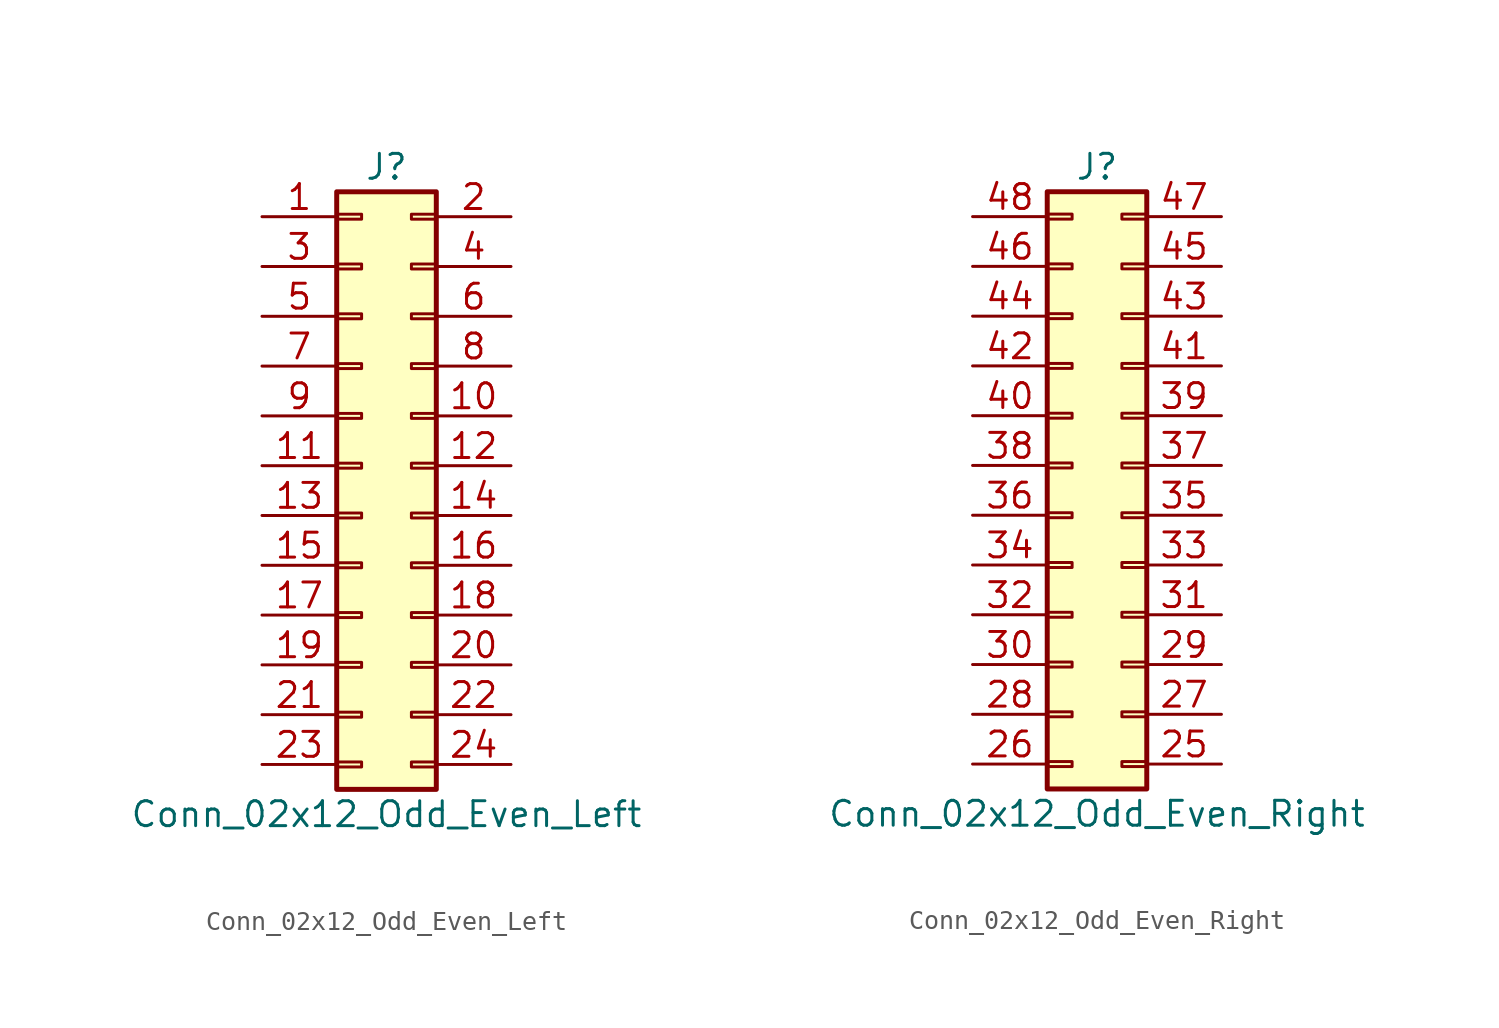
<source format=kicad_sym>
(kicad_symbol_lib
  (version 20211014)
  (generator kicad_symbol_editor)
  (symbol "Conn_02x12_Odd_Even_Left"
    (pin_names
      (offset 1.016) hide)
    (property "Reference" "J"
      (at 1.27 15.24 0)
      (effects (font (size 1.27 1.27))))
    (property "Value" "Conn_02x12_Odd_Even_Left"
      (at 1.27 -17.78 0)
      (effects (font (size 1.27 1.27))))
    (symbol "Conn_02x12_Odd_Even_Left_1_1"
      (rectangle (start -1.27 -15.113) (end 0 -15.367) (stroke (width 0.152) (type default) (color 0 0 0 0)) (fill (type none)))
      (rectangle (start -1.27 -12.573) (end 0 -12.827) (stroke (width 0.152) (type default) (color 0 0 0 0)) (fill (type none)))
      (rectangle (start -1.27 -10.033) (end 0 -10.287) (stroke (width 0.152) (type default) (color 0 0 0 0)) (fill (type none)))
      (rectangle (start -1.27 -7.493) (end 0 -7.747) (stroke (width 0.152) (type default) (color 0 0 0 0)) (fill (type none)))
      (rectangle (start -1.27 -4.953) (end 0 -5.207) (stroke (width 0.152) (type default) (color 0 0 0 0)) (fill (type none)))
      (rectangle (start -1.27 -2.413) (end 0 -2.667) (stroke (width 0.152) (type default) (color 0 0 0 0)) (fill (type none)))
      (rectangle (start -1.27 0.127) (end 0 -0.127) (stroke (width 0.152) (type default) (color 0 0 0 0)) (fill (type none)))
      (rectangle (start -1.27 2.667) (end 0 2.413) (stroke (width 0.152) (type default) (color 0 0 0 0)) (fill (type none)))
      (rectangle (start -1.27 5.207) (end 0 4.953) (stroke (width 0.152) (type default) (color 0 0 0 0)) (fill (type none)))
      (rectangle (start -1.27 7.747) (end 0 7.493) (stroke (width 0.152) (type default) (color 0 0 0 0)) (fill (type none)))
      (rectangle (start -1.27 10.287) (end 0 10.033) (stroke (width 0.152) (type default) (color 0 0 0 0)) (fill (type none)))
      (rectangle (start -1.27 12.827) (end 0 12.573) (stroke (width 0.152) (type default) (color 0 0 0 0)) (fill (type none)))
      (rectangle (start -1.27 13.97) (end 3.81 -16.51) (stroke (width 0.254) (type default) (color 0 0 0 0)) (fill (type background)))
      (rectangle (start 3.81 -15.113) (end 2.54 -15.367) (stroke (width 0.152) (type default) (color 0 0 0 0)) (fill (type none)))
      (rectangle (start 3.81 -12.573) (end 2.54 -12.827) (stroke (width 0.152) (type default) (color 0 0 0 0)) (fill (type none)))
      (rectangle (start 3.81 -10.033) (end 2.54 -10.287) (stroke (width 0.152) (type default) (color 0 0 0 0)) (fill (type none)))
      (rectangle (start 3.81 -7.493) (end 2.54 -7.747) (stroke (width 0.152) (type default) (color 0 0 0 0)) (fill (type none)))
      (rectangle (start 3.81 -4.953) (end 2.54 -5.207) (stroke (width 0.152) (type default) (color 0 0 0 0)) (fill (type none)))
      (rectangle (start 3.81 -2.413) (end 2.54 -2.667) (stroke (width 0.152) (type default) (color 0 0 0 0)) (fill (type none)))
      (rectangle (start 3.81 0.127) (end 2.54 -0.127) (stroke (width 0.152) (type default) (color 0 0 0 0)) (fill (type none)))
      (rectangle (start 3.81 2.667) (end 2.54 2.413) (stroke (width 0.152) (type default) (color 0 0 0 0)) (fill (type none)))
      (rectangle (start 3.81 5.207) (end 2.54 4.953) (stroke (width 0.152) (type default) (color 0 0 0 0)) (fill (type none)))
      (rectangle (start 3.81 7.747) (end 2.54 7.493) (stroke (width 0.152) (type default) (color 0 0 0 0)) (fill (type none)))
      (rectangle (start 3.81 10.287) (end 2.54 10.033) (stroke (width 0.152) (type default) (color 0 0 0 0)) (fill (type none)))
      (rectangle (start 3.81 12.827) (end 2.54 12.573) (stroke (width 0.152) (type default) (color 0 0 0 0)) (fill (type none)))
      (pin passive line (at -5.08 12.7 0) (length 3.81) (name "Pin_1" (effects (font (size 1.27 1.27)))) (number "1" (effects (font (size 1.27 1.27)))))
      (pin passive line (at 7.62 2.54 180) (length 3.81) (name "Pin_10" (effects (font (size 1.27 1.27)))) (number "10" (effects (font (size 1.27 1.27)))))
      (pin passive line (at -5.08 0 0) (length 3.81) (name "Pin_11" (effects (font (size 1.27 1.27)))) (number "11" (effects (font (size 1.27 1.27)))))
      (pin passive line (at 7.62 0 180) (length 3.81) (name "Pin_12" (effects (font (size 1.27 1.27)))) (number "12" (effects (font (size 1.27 1.27)))))
      (pin passive line (at -5.08 -2.54 0) (length 3.81) (name "Pin_13" (effects (font (size 1.27 1.27)))) (number "13" (effects (font (size 1.27 1.27)))))
      (pin passive line (at 7.62 -2.54 180) (length 3.81) (name "Pin_14" (effects (font (size 1.27 1.27)))) (number "14" (effects (font (size 1.27 1.27)))))
      (pin passive line (at -5.08 -5.08 0) (length 3.81) (name "Pin_15" (effects (font (size 1.27 1.27)))) (number "15" (effects (font (size 1.27 1.27)))))
      (pin passive line (at 7.62 -5.08 180) (length 3.81) (name "Pin_16" (effects (font (size 1.27 1.27)))) (number "16" (effects (font (size 1.27 1.27)))))
      (pin passive line (at -5.08 -7.62 0) (length 3.81) (name "Pin_17" (effects (font (size 1.27 1.27)))) (number "17" (effects (font (size 1.27 1.27)))))
      (pin passive line (at 7.62 -7.62 180) (length 3.81) (name "Pin_18" (effects (font (size 1.27 1.27)))) (number "18" (effects (font (size 1.27 1.27)))))
      (pin passive line (at -5.08 -10.16 0) (length 3.81) (name "Pin_19" (effects (font (size 1.27 1.27)))) (number "19" (effects (font (size 1.27 1.27)))))
      (pin passive line (at 7.62 12.7 180) (length 3.81) (name "Pin_2" (effects (font (size 1.27 1.27)))) (number "2" (effects (font (size 1.27 1.27)))))
      (pin passive line (at 7.62 -10.16 180) (length 3.81) (name "Pin_20" (effects (font (size 1.27 1.27)))) (number "20" (effects (font (size 1.27 1.27)))))
      (pin passive line (at -5.08 -12.7 0) (length 3.81) (name "Pin_21" (effects (font (size 1.27 1.27)))) (number "21" (effects (font (size 1.27 1.27)))))
      (pin passive line (at 7.62 -12.7 180) (length 3.81) (name "Pin_22" (effects (font (size 1.27 1.27)))) (number "22" (effects (font (size 1.27 1.27)))))
      (pin passive line (at -5.08 -15.24 0) (length 3.81) (name "Pin_23" (effects (font (size 1.27 1.27)))) (number "23" (effects (font (size 1.27 1.27)))))
      (pin passive line (at 7.62 -15.24 180) (length 3.81) (name "Pin_24" (effects (font (size 1.27 1.27)))) (number "24" (effects (font (size 1.27 1.27)))))
      (pin passive line (at -5.08 10.16 0) (length 3.81) (name "Pin_3" (effects (font (size 1.27 1.27)))) (number "3" (effects (font (size 1.27 1.27)))))
      (pin passive line (at 7.62 10.16 180) (length 3.81) (name "Pin_4" (effects (font (size 1.27 1.27)))) (number "4" (effects (font (size 1.27 1.27)))))
      (pin passive line (at -5.08 7.62 0) (length 3.81) (name "Pin_5" (effects (font (size 1.27 1.27)))) (number "5" (effects (font (size 1.27 1.27)))))
      (pin passive line (at 7.62 7.62 180) (length 3.81) (name "Pin_6" (effects (font (size 1.27 1.27)))) (number "6" (effects (font (size 1.27 1.27)))))
      (pin passive line (at -5.08 5.08 0) (length 3.81) (name "Pin_7" (effects (font (size 1.27 1.27)))) (number "7" (effects (font (size 1.27 1.27)))))
      (pin passive line (at 7.62 5.08 180) (length 3.81) (name "Pin_8" (effects (font (size 1.27 1.27)))) (number "8" (effects (font (size 1.27 1.27)))))
      (pin passive line (at -5.08 2.54 0) (length 3.81) (name "Pin_9" (effects (font (size 1.27 1.27)))) (number "9" (effects (font (size 1.27 1.27)))))))
  (symbol "Conn_02x12_Odd_Even_Right"
    (pin_names
      (offset 1.016) hide)
    (property "Reference" "J"
      (at 1.27 15.24 0)
      (effects (font (size 1.27 1.27))))
    (property "Value" "Conn_02x12_Odd_Even_Right"
      (at 1.27 -17.78 0)
      (effects (font (size 1.27 1.27))))
    (symbol "Conn_02x12_Odd_Even_Right_1_1"
      (rectangle (start -1.27 -15.113) (end 0 -15.367) (stroke (width 0.152) (type default) (color 0 0 0 0)) (fill (type none)))
      (rectangle (start -1.27 -12.573) (end 0 -12.827) (stroke (width 0.152) (type default) (color 0 0 0 0)) (fill (type none)))
      (rectangle (start -1.27 -10.033) (end 0 -10.287) (stroke (width 0.152) (type default) (color 0 0 0 0)) (fill (type none)))
      (rectangle (start -1.27 -7.493) (end 0 -7.747) (stroke (width 0.152) (type default) (color 0 0 0 0)) (fill (type none)))
      (rectangle (start -1.27 -4.953) (end 0 -5.207) (stroke (width 0.152) (type default) (color 0 0 0 0)) (fill (type none)))
      (rectangle (start -1.27 -2.413) (end 0 -2.667) (stroke (width 0.152) (type default) (color 0 0 0 0)) (fill (type none)))
      (rectangle (start -1.27 0.127) (end 0 -0.127) (stroke (width 0.152) (type default) (color 0 0 0 0)) (fill (type none)))
      (rectangle (start -1.27 2.667) (end 0 2.413) (stroke (width 0.152) (type default) (color 0 0 0 0)) (fill (type none)))
      (rectangle (start -1.27 5.207) (end 0 4.953) (stroke (width 0.152) (type default) (color 0 0 0 0)) (fill (type none)))
      (rectangle (start -1.27 7.747) (end 0 7.493) (stroke (width 0.152) (type default) (color 0 0 0 0)) (fill (type none)))
      (rectangle (start -1.27 10.287) (end 0 10.033) (stroke (width 0.152) (type default) (color 0 0 0 0)) (fill (type none)))
      (rectangle (start -1.27 12.827) (end 0 12.573) (stroke (width 0.152) (type default) (color 0 0 0 0)) (fill (type none)))
      (rectangle (start -1.27 13.97) (end 3.81 -16.51) (stroke (width 0.254) (type default) (color 0 0 0 0)) (fill (type background)))
      (rectangle (start 3.81 -15.113) (end 2.54 -15.367) (stroke (width 0.152) (type default) (color 0 0 0 0)) (fill (type none)))
      (rectangle (start 3.81 -12.573) (end 2.54 -12.827) (stroke (width 0.152) (type default) (color 0 0 0 0)) (fill (type none)))
      (rectangle (start 3.81 -10.033) (end 2.54 -10.287) (stroke (width 0.152) (type default) (color 0 0 0 0)) (fill (type none)))
      (rectangle (start 3.81 -7.493) (end 2.54 -7.747) (stroke (width 0.152) (type default) (color 0 0 0 0)) (fill (type none)))
      (rectangle (start 3.81 -4.953) (end 2.54 -5.207) (stroke (width 0.152) (type default) (color 0 0 0 0)) (fill (type none)))
      (rectangle (start 3.81 -2.413) (end 2.54 -2.667) (stroke (width 0.152) (type default) (color 0 0 0 0)) (fill (type none)))
      (rectangle (start 3.81 0.127) (end 2.54 -0.127) (stroke (width 0.152) (type default) (color 0 0 0 0)) (fill (type none)))
      (rectangle (start 3.81 2.667) (end 2.54 2.413) (stroke (width 0.152) (type default) (color 0 0 0 0)) (fill (type none)))
      (rectangle (start 3.81 5.207) (end 2.54 4.953) (stroke (width 0.152) (type default) (color 0 0 0 0)) (fill (type none)))
      (rectangle (start 3.81 7.747) (end 2.54 7.493) (stroke (width 0.152) (type default) (color 0 0 0 0)) (fill (type none)))
      (rectangle (start 3.81 10.287) (end 2.54 10.033) (stroke (width 0.152) (type default) (color 0 0 0 0)) (fill (type none)))
      (rectangle (start 3.81 12.827) (end 2.54 12.573) (stroke (width 0.152) (type default) (color 0 0 0 0)) (fill (type none)))
      (pin passive line (at 7.62 -15.24 180) (length 3.81) (name "Pin_25" (effects (font (size 1.27 1.27)))) (number "25" (effects (font (size 1.27 1.27)))))
      (pin passive line (at -5.08 -15.24 0) (length 3.81) (name "Pin_26" (effects (font (size 1.27 1.27)))) (number "26" (effects (font (size 1.27 1.27)))))
      (pin passive line (at 7.62 -12.7 180) (length 3.81) (name "Pin_27" (effects (font (size 1.27 1.27)))) (number "27" (effects (font (size 1.27 1.27)))))
      (pin passive line (at -5.08 -12.7 0) (length 3.81) (name "Pin_28" (effects (font (size 1.27 1.27)))) (number "28" (effects (font (size 1.27 1.27)))))
      (pin passive line (at 7.62 -10.16 180) (length 3.81) (name "Pin_29" (effects (font (size 1.27 1.27)))) (number "29" (effects (font (size 1.27 1.27)))))
      (pin passive line (at -5.08 -10.16 0) (length 3.81) (name "Pin_30" (effects (font (size 1.27 1.27)))) (number "30" (effects (font (size 1.27 1.27)))))
      (pin passive line (at 7.62 -7.62 180) (length 3.81) (name "Pin_31" (effects (font (size 1.27 1.27)))) (number "31" (effects (font (size 1.27 1.27)))))
      (pin passive line (at -5.08 -7.62 0) (length 3.81) (name "Pin_32" (effects (font (size 1.27 1.27)))) (number "32" (effects (font (size 1.27 1.27)))))
      (pin passive line (at 7.62 -5.08 180) (length 3.81) (name "Pin_33" (effects (font (size 1.27 1.27)))) (number "33" (effects (font (size 1.27 1.27)))))
      (pin passive line (at -5.08 -5.08 0) (length 3.81) (name "Pin_34" (effects (font (size 1.27 1.27)))) (number "34" (effects (font (size 1.27 1.27)))))
      (pin passive line (at 7.62 -2.54 180) (length 3.81) (name "Pin_35" (effects (font (size 1.27 1.27)))) (number "35" (effects (font (size 1.27 1.27)))))
      (pin passive line (at -5.08 -2.54 0) (length 3.81) (name "Pin_36" (effects (font (size 1.27 1.27)))) (number "36" (effects (font (size 1.27 1.27)))))
      (pin passive line (at 7.62 0 180) (length 3.81) (name "Pin_37" (effects (font (size 1.27 1.27)))) (number "37" (effects (font (size 1.27 1.27)))))
      (pin passive line (at -5.08 0 0) (length 3.81) (name "Pin_38" (effects (font (size 1.27 1.27)))) (number "38" (effects (font (size 1.27 1.27)))))
      (pin passive line (at 7.62 2.54 180) (length 3.81) (name "Pin_39" (effects (font (size 1.27 1.27)))) (number "39" (effects (font (size 1.27 1.27)))))
      (pin passive line (at -5.08 2.54 0) (length 3.81) (name "Pin_40" (effects (font (size 1.27 1.27)))) (number "40" (effects (font (size 1.27 1.27)))))
      (pin passive line (at 7.62 5.08 180) (length 3.81) (name "Pin_41" (effects (font (size 1.27 1.27)))) (number "41" (effects (font (size 1.27 1.27)))))
      (pin passive line (at -5.08 5.08 0) (length 3.81) (name "Pin_42" (effects (font (size 1.27 1.27)))) (number "42" (effects (font (size 1.27 1.27)))))
      (pin passive line (at 7.62 7.62 180) (length 3.81) (name "Pin_43" (effects (font (size 1.27 1.27)))) (number "43" (effects (font (size 1.27 1.27)))))
      (pin passive line (at -5.08 7.62 0) (length 3.81) (name "Pin_44" (effects (font (size 1.27 1.27)))) (number "44" (effects (font (size 1.27 1.27)))))
      (pin passive line (at 7.62 10.16 180) (length 3.81) (name "Pin_45" (effects (font (size 1.27 1.27)))) (number "45" (effects (font (size 1.27 1.27)))))
      (pin passive line (at -5.08 10.16 0) (length 3.81) (name "Pin_46" (effects (font (size 1.27 1.27)))) (number "46" (effects (font (size 1.27 1.27)))))
      (pin passive line (at 7.62 12.7 180) (length 3.81) (name "Pin_47" (effects (font (size 1.27 1.27)))) (number "47" (effects (font (size 1.27 1.27)))))
      (pin passive line (at -5.08 12.7 0) (length 3.81) (name "Pin_48" (effects (font (size 1.27 1.27)))) (number "48" (effects (font (size 1.27 1.27))))))))
</source>
